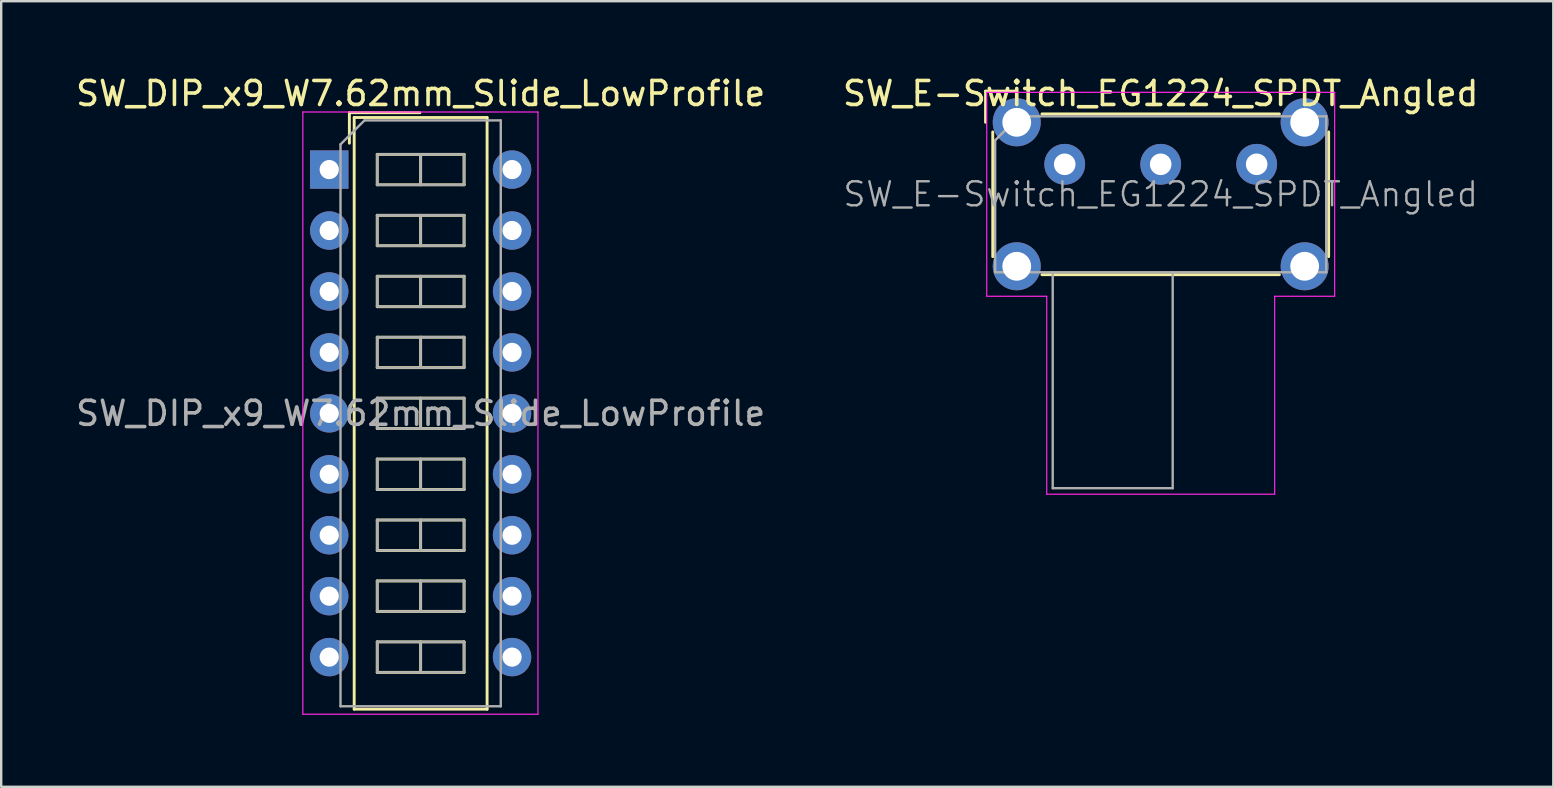
<source format=kicad_pcb>
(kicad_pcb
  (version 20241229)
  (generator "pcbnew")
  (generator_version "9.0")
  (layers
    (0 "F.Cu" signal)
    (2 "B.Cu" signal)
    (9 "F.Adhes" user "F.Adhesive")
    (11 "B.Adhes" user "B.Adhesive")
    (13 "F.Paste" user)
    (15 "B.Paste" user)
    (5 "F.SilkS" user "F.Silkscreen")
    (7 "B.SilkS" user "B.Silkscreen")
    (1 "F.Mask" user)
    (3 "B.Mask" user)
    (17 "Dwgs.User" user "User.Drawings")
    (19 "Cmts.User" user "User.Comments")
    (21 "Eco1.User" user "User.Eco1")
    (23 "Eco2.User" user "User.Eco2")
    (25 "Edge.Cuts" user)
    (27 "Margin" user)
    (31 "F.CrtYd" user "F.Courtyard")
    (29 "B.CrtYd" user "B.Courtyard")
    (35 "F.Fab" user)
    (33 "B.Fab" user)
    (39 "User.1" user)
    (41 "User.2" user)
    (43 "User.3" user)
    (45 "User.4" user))
  (footprint "SW_DIP_x9_W7.62mm_Slide_LowProfile"
    (layer "F.Cu")
    (at 10.672 4.018)
    (property "Reference" "SW_DIP_x9_W7.62mm_Slide_LowProfile" (at 3.81 -3.17 0) (layer "F.SilkS") (effects (font (size 1 1) (thickness 0.15))))
    (attr through_hole)
    (fp_line (start 0.84 -2.37) (end 0.84 -1.1) (stroke (width 0.12) (type solid)) (layer "F.SilkS"))
    (fp_line (start 0.84 -2.37) (end 3.78 -2.37) (stroke (width 0.12) (type solid)) (layer "F.SilkS"))
    (fp_line (start 1.04 -2.17) (end 6.58 -2.17) (stroke (width 0.12) (type solid)) (layer "F.SilkS"))
    (fp_line (start 1.04 22.49) (end 1.04 -2.17) (stroke (width 0.12) (type solid)) (layer "F.SilkS"))
    (fp_line (start 2 -0.635) (end 2 0.635) (stroke (width 0.12) (type solid)) (layer "F.SilkS"))
    (fp_line (start 2 0.635) (end 5.62 0.635) (stroke (width 0.12) (type solid)) (layer "F.SilkS"))
    (fp_line (start 2 1.905) (end 2 3.175) (stroke (width 0.12) (type solid)) (layer "F.SilkS"))
    (fp_line (start 2 3.175) (end 5.62 3.175) (stroke (width 0.12) (type solid)) (layer "F.SilkS"))
    (fp_line (start 2 4.445) (end 2 5.715) (stroke (width 0.12) (type solid)) (layer "F.SilkS"))
    (fp_line (start 2 5.715) (end 5.62 5.715) (stroke (width 0.12) (type solid)) (layer "F.SilkS"))
    (fp_line (start 2 6.985) (end 2 8.255) (stroke (width 0.12) (type solid)) (layer "F.SilkS"))
    (fp_line (start 2 8.255) (end 5.62 8.255) (stroke (width 0.12) (type solid)) (layer "F.SilkS"))
    (fp_line (start 2 9.525) (end 2 10.795) (stroke (width 0.12) (type solid)) (layer "F.SilkS"))
    (fp_line (start 2 10.795) (end 5.62 10.795) (stroke (width 0.12) (type solid)) (layer "F.SilkS"))
    (fp_line (start 2 12.065) (end 2 13.335) (stroke (width 0.12) (type solid)) (layer "F.SilkS"))
    (fp_line (start 2 13.335) (end 5.62 13.335) (stroke (width 0.12) (type solid)) (layer "F.SilkS"))
    (fp_line (start 2 14.605) (end 2 15.875) (stroke (width 0.12) (type solid)) (layer "F.SilkS"))
    (fp_line (start 2 15.875) (end 5.62 15.875) (stroke (width 0.12) (type solid)) (layer "F.SilkS"))
    (fp_line (start 2 17.145) (end 2 18.415) (stroke (width 0.12) (type solid)) (layer "F.SilkS"))
    (fp_line (start 2 18.415) (end 5.62 18.415) (stroke (width 0.12) (type solid)) (layer "F.SilkS"))
    (fp_line (start 2 19.685) (end 2 20.955) (stroke (width 0.12) (type solid)) (layer "F.SilkS"))
    (fp_line (start 2 20.955) (end 5.62 20.955) (stroke (width 0.12) (type solid)) (layer "F.SilkS"))
    (fp_line (start 3.81 -0.635) (end 3.81 0.635) (stroke (width 0.12) (type solid)) (layer "F.SilkS"))
    (fp_line (start 3.81 1.905) (end 3.81 3.175) (stroke (width 0.12) (type solid)) (layer "F.SilkS"))
    (fp_line (start 3.81 4.445) (end 3.81 5.715) (stroke (width 0.12) (type solid)) (layer "F.SilkS"))
    (fp_line (start 3.81 6.985) (end 3.81 8.255) (stroke (width 0.12) (type solid)) (layer "F.SilkS"))
    (fp_line (start 3.81 9.525) (end 3.81 10.795) (stroke (width 0.12) (type solid)) (layer "F.SilkS"))
    (fp_line (start 3.81 12.065) (end 3.81 13.335) (stroke (width 0.12) (type solid)) (layer "F.SilkS"))
    (fp_line (start 3.81 14.605) (end 3.81 15.875) (stroke (width 0.12) (type solid)) (layer "F.SilkS"))
    (fp_line (start 3.81 17.145) (end 3.81 18.415) (stroke (width 0.12) (type solid)) (layer "F.SilkS"))
    (fp_line (start 3.81 19.685) (end 3.81 20.955) (stroke (width 0.12) (type solid)) (layer "F.SilkS"))
    (fp_line (start 5.62 -0.635) (end 2 -0.635) (stroke (width 0.12) (type solid)) (layer "F.SilkS"))
    (fp_line (start 5.62 0.635) (end 5.62 -0.635) (stroke (width 0.12) (type solid)) (layer "F.SilkS"))
    (fp_line (start 5.62 1.905) (end 2 1.905) (stroke (width 0.12) (type solid)) (layer "F.SilkS"))
    (fp_line (start 5.62 3.175) (end 5.62 1.905) (stroke (width 0.12) (type solid)) (layer "F.SilkS"))
    (fp_line (start 5.62 4.445) (end 2 4.445) (stroke (width 0.12) (type solid)) (layer "F.SilkS"))
    (fp_line (start 5.62 5.715) (end 5.62 4.445) (stroke (width 0.12) (type solid)) (layer "F.SilkS"))
    (fp_line (start 5.62 6.985) (end 2 6.985) (stroke (width 0.12) (type solid)) (layer "F.SilkS"))
    (fp_line (start 5.62 8.255) (end 5.62 6.985) (stroke (width 0.12) (type solid)) (layer "F.SilkS"))
    (fp_line (start 5.62 9.525) (end 2 9.525) (stroke (width 0.12) (type solid)) (layer "F.SilkS"))
    (fp_line (start 5.62 10.795) (end 5.62 9.525) (stroke (width 0.12) (type solid)) (layer "F.SilkS"))
    (fp_line (start 5.62 12.065) (end 2 12.065) (stroke (width 0.12) (type solid)) (layer "F.SilkS"))
    (fp_line (start 5.62 13.335) (end 5.62 12.065) (stroke (width 0.12) (type solid)) (layer "F.SilkS"))
    (fp_line (start 5.62 14.605) (end 2 14.605) (stroke (width 0.12) (type solid)) (layer "F.SilkS"))
    (fp_line (start 5.62 15.875) (end 5.62 14.605) (stroke (width 0.12) (type solid)) (layer "F.SilkS"))
    (fp_line (start 5.62 17.145) (end 2 17.145) (stroke (width 0.12) (type solid)) (layer "F.SilkS"))
    (fp_line (start 5.62 18.415) (end 5.62 17.145) (stroke (width 0.12) (type solid)) (layer "F.SilkS"))
    (fp_line (start 5.62 19.685) (end 2 19.685) (stroke (width 0.12) (type solid)) (layer "F.SilkS"))
    (fp_line (start 5.62 20.955) (end 5.62 19.685) (stroke (width 0.12) (type solid)) (layer "F.SilkS"))
    (fp_line (start 6.58 -2.17) (end 6.58 22.49) (stroke (width 0.12) (type solid)) (layer "F.SilkS"))
    (fp_line (start 6.58 22.49) (end 1.04 22.49) (stroke (width 0.12) (type solid)) (layer "F.SilkS"))
    (fp_line (start -1.1 -2.4) (end -1.1 22.7) (stroke (width 0.05) (type solid)) (layer "F.CrtYd"))
    (fp_line (start -1.1 22.7) (end 8.7 22.7) (stroke (width 0.05) (type solid)) (layer "F.CrtYd"))
    (fp_line (start 8.7 -2.4) (end -1.1 -2.4) (stroke (width 0.05) (type solid)) (layer "F.CrtYd"))
    (fp_line (start 8.7 22.7) (end 8.7 -2.4) (stroke (width 0.05) (type solid)) (layer "F.CrtYd"))
    (fp_line (start 0.47 -1.05) (end 1.47 -2.05) (stroke (width 0.1) (type solid)) (layer "F.Fab"))
    (fp_line (start 0.47 22.37) (end 0.47 -1.05) (stroke (width 0.1) (type solid)) (layer "F.Fab"))
    (fp_line (start 1.47 -2.05) (end 7.15 -2.05) (stroke (width 0.1) (type solid)) (layer "F.Fab"))
    (fp_line (start 2 -0.635) (end 2 0.635) (stroke (width 0.1) (type solid)) (layer "F.Fab"))
    (fp_line (start 2 0.635) (end 5.62 0.635) (stroke (width 0.1) (type solid)) (layer "F.Fab"))
    (fp_line (start 2 1.905) (end 2 3.175) (stroke (width 0.1) (type solid)) (layer "F.Fab"))
    (fp_line (start 2 3.175) (end 5.62 3.175) (stroke (width 0.1) (type solid)) (layer "F.Fab"))
    (fp_line (start 2 4.445) (end 2 5.715) (stroke (width 0.1) (type solid)) (layer "F.Fab"))
    (fp_line (start 2 5.715) (end 5.62 5.715) (stroke (width 0.1) (type solid)) (layer "F.Fab"))
    (fp_line (start 2 6.985) (end 2 8.255) (stroke (width 0.1) (type solid)) (layer "F.Fab"))
    (fp_line (start 2 8.255) (end 5.62 8.255) (stroke (width 0.1) (type solid)) (layer "F.Fab"))
    (fp_line (start 2 9.525) (end 2 10.795) (stroke (width 0.1) (type solid)) (layer "F.Fab"))
    (fp_line (start 2 10.795) (end 5.62 10.795) (stroke (width 0.1) (type solid)) (layer "F.Fab"))
    (fp_line (start 2 12.065) (end 2 13.335) (stroke (width 0.1) (type solid)) (layer "F.Fab"))
    (fp_line (start 2 13.335) (end 5.62 13.335) (stroke (width 0.1) (type solid)) (layer "F.Fab"))
    (fp_line (start 2 14.605) (end 2 15.875) (stroke (width 0.1) (type solid)) (layer "F.Fab"))
    (fp_line (start 2 15.875) (end 5.62 15.875) (stroke (width 0.1) (type solid)) (layer "F.Fab"))
    (fp_line (start 2 17.145) (end 2 18.415) (stroke (width 0.1) (type solid)) (layer "F.Fab"))
    (fp_line (start 2 18.415) (end 5.62 18.415) (stroke (width 0.1) (type solid)) (layer "F.Fab"))
    (fp_line (start 2 19.685) (end 2 20.955) (stroke (width 0.1) (type solid)) (layer "F.Fab"))
    (fp_line (start 2 20.955) (end 5.62 20.955) (stroke (width 0.1) (type solid)) (layer "F.Fab"))
    (fp_line (start 3.81 -0.635) (end 3.81 0.635) (stroke (width 0.1) (type solid)) (layer "F.Fab"))
    (fp_line (start 3.81 1.905) (end 3.81 3.175) (stroke (width 0.1) (type solid)) (layer "F.Fab"))
    (fp_line (start 3.81 4.445) (end 3.81 5.715) (stroke (width 0.1) (type solid)) (layer "F.Fab"))
    (fp_line (start 3.81 6.985) (end 3.81 8.255) (stroke (width 0.1) (type solid)) (layer "F.Fab"))
    (fp_line (start 3.81 9.525) (end 3.81 10.795) (stroke (width 0.1) (type solid)) (layer "F.Fab"))
    (fp_line (start 3.81 12.065) (end 3.81 13.335) (stroke (width 0.1) (type solid)) (layer "F.Fab"))
    (fp_line (start 3.81 14.605) (end 3.81 15.875) (stroke (width 0.1) (type solid)) (layer "F.Fab"))
    (fp_line (start 3.81 17.145) (end 3.81 18.415) (stroke (width 0.1) (type solid)) (layer "F.Fab"))
    (fp_line (start 3.81 19.685) (end 3.81 20.955) (stroke (width 0.1) (type solid)) (layer "F.Fab"))
    (fp_line (start 5.62 -0.635) (end 2 -0.635) (stroke (width 0.1) (type solid)) (layer "F.Fab"))
    (fp_line (start 5.62 0.635) (end 5.62 -0.635) (stroke (width 0.1) (type solid)) (layer "F.Fab"))
    (fp_line (start 5.62 1.905) (end 2 1.905) (stroke (width 0.1) (type solid)) (layer "F.Fab"))
    (fp_line (start 5.62 3.175) (end 5.62 1.905) (stroke (width 0.1) (type solid)) (layer "F.Fab"))
    (fp_line (start 5.62 4.445) (end 2 4.445) (stroke (width 0.1) (type solid)) (layer "F.Fab"))
    (fp_line (start 5.62 5.715) (end 5.62 4.445) (stroke (width 0.1) (type solid)) (layer "F.Fab"))
    (fp_line (start 5.62 6.985) (end 2 6.985) (stroke (width 0.1) (type solid)) (layer "F.Fab"))
    (fp_line (start 5.62 8.255) (end 5.62 6.985) (stroke (width 0.1) (type solid)) (layer "F.Fab"))
    (fp_line (start 5.62 9.525) (end 2 9.525) (stroke (width 0.1) (type solid)) (layer "F.Fab"))
    (fp_line (start 5.62 10.795) (end 5.62 9.525) (stroke (width 0.1) (type solid)) (layer "F.Fab"))
    (fp_line (start 5.62 12.065) (end 2 12.065) (stroke (width 0.1) (type solid)) (layer "F.Fab"))
    (fp_line (start 5.62 13.335) (end 5.62 12.065) (stroke (width 0.1) (type solid)) (layer "F.Fab"))
    (fp_line (start 5.62 14.605) (end 2 14.605) (stroke (width 0.1) (type solid)) (layer "F.Fab"))
    (fp_line (start 5.62 15.875) (end 5.62 14.605) (stroke (width 0.1) (type solid)) (layer "F.Fab"))
    (fp_line (start 5.62 17.145) (end 2 17.145) (stroke (width 0.1) (type solid)) (layer "F.Fab"))
    (fp_line (start 5.62 18.415) (end 5.62 17.145) (stroke (width 0.1) (type solid)) (layer "F.Fab"))
    (fp_line (start 5.62 19.685) (end 2 19.685) (stroke (width 0.1) (type solid)) (layer "F.Fab"))
    (fp_line (start 5.62 20.955) (end 5.62 19.685) (stroke (width 0.1) (type solid)) (layer "F.Fab"))
    (fp_line (start 7.15 -2.05) (end 7.15 22.37) (stroke (width 0.1) (type solid)) (layer "F.Fab"))
    (fp_line (start 7.15 22.37) (end 0.47 22.37) (stroke (width 0.1) (type solid)) (layer "F.Fab"))
    (fp_text user "${REFERENCE}" (at 3.81 10.16 0) (layer "F.Fab") (effects (font (size 1 1) (thickness 0.15))))
    (pad "1" thru_hole rect (at 0 0) (size 1.6 1.6) (drill 0.8) (layers "*.Cu" "*.Mask"))
    (pad "2" thru_hole oval (at 0 2.54) (size 1.6 1.6) (drill 0.8) (layers "*.Cu" "*.Mask"))
    (pad "3" thru_hole oval (at 0 5.08) (size 1.6 1.6) (drill 0.8) (layers "*.Cu" "*.Mask"))
    (pad "4" thru_hole oval (at 0 7.62) (size 1.6 1.6) (drill 0.8) (layers "*.Cu" "*.Mask"))
    (pad "5" thru_hole oval (at 0 10.16) (size 1.6 1.6) (drill 0.8) (layers "*.Cu" "*.Mask"))
    (pad "6" thru_hole oval (at 0 12.7) (size 1.6 1.6) (drill 0.8) (layers "*.Cu" "*.Mask"))
    (pad "7" thru_hole oval (at 0 15.24) (size 1.6 1.6) (drill 0.8) (layers "*.Cu" "*.Mask"))
    (pad "8" thru_hole oval (at 0 17.78) (size 1.6 1.6) (drill 0.8) (layers "*.Cu" "*.Mask"))
    (pad "9" thru_hole oval (at 0 20.32) (size 1.6 1.6) (drill 0.8) (layers "*.Cu" "*.Mask"))
    (pad "10" thru_hole oval (at 7.62 20.32) (size 1.6 1.6) (drill 0.8) (layers "*.Cu" "*.Mask"))
    (pad "11" thru_hole oval (at 7.62 17.78) (size 1.6 1.6) (drill 0.8) (layers "*.Cu" "*.Mask"))
    (pad "12" thru_hole oval (at 7.62 15.24) (size 1.6 1.6) (drill 0.8) (layers "*.Cu" "*.Mask"))
    (pad "13" thru_hole oval (at 7.62 12.7) (size 1.6 1.6) (drill 0.8) (layers "*.Cu" "*.Mask"))
    (pad "14" thru_hole oval (at 7.62 10.16) (size 1.6 1.6) (drill 0.8) (layers "*.Cu" "*.Mask"))
    (pad "15" thru_hole oval (at 7.62 7.62) (size 1.6 1.6) (drill 0.8) (layers "*.Cu" "*.Mask"))
    (pad "16" thru_hole oval (at 7.62 5.08) (size 1.6 1.6) (drill 0.8) (layers "*.Cu" "*.Mask"))
    (pad "17" thru_hole oval (at 7.62 2.54) (size 1.6 1.6) (drill 0.8) (layers "*.Cu" "*.Mask"))
    (pad "18" thru_hole oval (at 7.62 0) (size 1.6 1.6) (drill 0.8) (layers "*.Cu" "*.Mask")))
  (footprint "SW_E-Switch_EG1224_SPDT_Angled"
    (layer "F.Cu")
    (at 41.327 3.798)
    (property "Reference" "SW_E-Switch_EG1224_SPDT_Angled" (at 4 -2.95 0) (layer "F.SilkS") (effects (font (size 1 1) (thickness 0.15))))
    (attr through_hole)
    (fp_line (start -3.3 -3.05) (end -2 -3.05) (stroke (width 0.12) (type solid)) (layer "F.SilkS"))
    (fp_line (start -3.3 -1.75) (end -3.3 -3.05) (stroke (width 0.12) (type solid)) (layer "F.SilkS"))
    (fp_line (start -3 3.85) (end -3 -1.35) (stroke (width 0.12) (type solid)) (layer "F.SilkS"))
    (fp_line (start -0.95 -2.1) (end 8.95 -2.1) (stroke (width 0.12) (type solid)) (layer "F.SilkS"))
    (fp_line (start 8.95 4.6) (end -0.95 4.6) (stroke (width 0.12) (type solid)) (layer "F.SilkS"))
    (fp_line (start 11 -1.35) (end 11 3.85) (stroke (width 0.12) (type solid)) (layer "F.SilkS"))
    (fp_line (start -3.25 -3) (end 11.25 -3) (stroke (width 0.05) (type solid)) (layer "F.CrtYd"))
    (fp_line (start -3.25 5.5) (end -3.25 -3) (stroke (width 0.05) (type solid)) (layer "F.CrtYd"))
    (fp_line (start -0.75 5.5) (end -3.25 5.5) (stroke (width 0.05) (type solid)) (layer "F.CrtYd"))
    (fp_line (start -0.75 13.75) (end -0.75 5.5) (stroke (width 0.05) (type solid)) (layer "F.CrtYd"))
    (fp_line (start 8.75 5.5) (end 8.75 13.75) (stroke (width 0.05) (type solid)) (layer "F.CrtYd"))
    (fp_line (start 8.75 13.75) (end -0.75 13.75) (stroke (width 0.05) (type solid)) (layer "F.CrtYd"))
    (fp_line (start 11.25 -3) (end 11.25 5.5) (stroke (width 0.05) (type solid)) (layer "F.CrtYd"))
    (fp_line (start 11.25 5.5) (end 8.75 5.5) (stroke (width 0.05) (type solid)) (layer "F.CrtYd"))
    (fp_line (start -2.9 4.5) (end -2.9 -1) (stroke (width 0.1) (type solid)) (layer "F.Fab"))
    (fp_line (start -1.9 -2) (end -2.9 -1) (stroke (width 0.1) (type solid)) (layer "F.Fab"))
    (fp_line (start -1.9 -2) (end 10.9 -2) (stroke (width 0.1) (type solid)) (layer "F.Fab"))
    (fp_line (start -0.5 13.5) (end -0.5 4.5) (stroke (width 0.1) (type solid)) (layer "F.Fab"))
    (fp_line (start 4.5 4.5) (end 4.5 13.5) (stroke (width 0.1) (type solid)) (layer "F.Fab"))
    (fp_line (start 4.5 13.5) (end -0.5 13.5) (stroke (width 0.1) (type solid)) (layer "F.Fab"))
    (fp_line (start 10.9 -2) (end 10.9 4.5) (stroke (width 0.1) (type solid)) (layer "F.Fab"))
    (fp_line (start 10.9 4.5) (end -2.9 4.5) (stroke (width 0.1) (type solid)) (layer "F.Fab"))
    (fp_text user "${REFERENCE}" (at 4 1.25 0) (layer "F.Fab") (effects (font (size 1 1) (thickness 0.1))))
    (pad "" thru_hole circle (at -2 -1.75) (size 2 2) (drill 1.2) (layers "*.Cu" "*.Mask"))
    (pad "" thru_hole circle (at -2 4.25) (size 2 2) (drill 1.2) (layers "*.Cu" "*.Mask"))
    (pad "" thru_hole circle (at 10 -1.75) (size 2 2) (drill 1.2) (layers "*.Cu" "*.Mask"))
    (pad "" thru_hole circle (at 10 4.25) (size 2 2) (drill 1.2) (layers "*.Cu" "*.Mask"))
    (pad "1" thru_hole circle (at 0 0) (size 1.7 1.7) (drill 0.9) (layers "*.Cu" "*.Mask"))
    (pad "2" thru_hole circle (at 4 0) (size 1.7 1.7) (drill 0.9) (layers "*.Cu" "*.Mask"))
    (pad "3" thru_hole circle (at 8 0) (size 1.7 1.7) (drill 0.9) (layers "*.Cu" "*.Mask")))
  (gr_rect
    (start -3 -3)
    (end 61.69 29.743)
    (stroke (width 0.1) (type default))
    (fill no)
    (layer "Edge.Cuts")))
</source>
